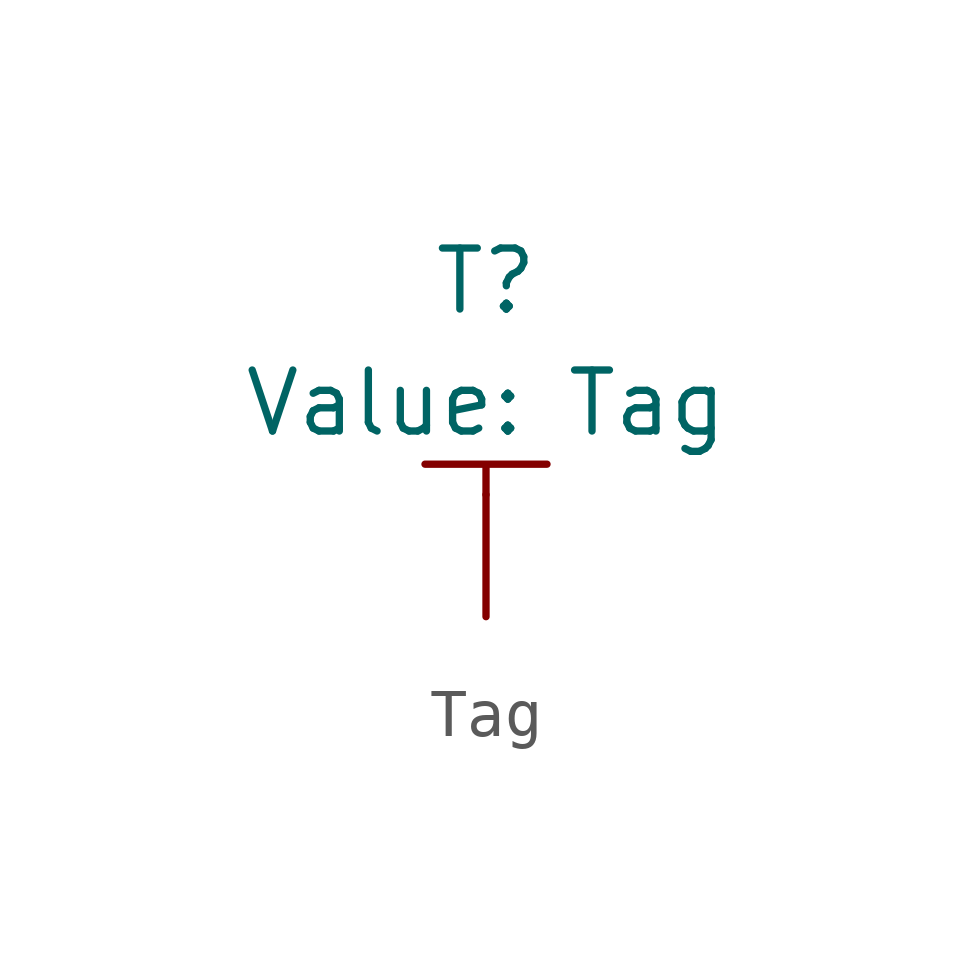
<source format=kicad_sym>
(kicad_symbol_lib
  (version 20220914)
  (generator kicad_symbol_editor)
  (symbol "Tag"
    (power)
    (pin_numbers hide)
    (pin_names
      (offset 0) hide)
    (property "Reference" "T"
      (at 0 6.985 0)
      (effects (font (size 1.27 1.27))))
    (property "Value" "Tag"
      (at 0 4.445 0)
      (show_name)
      (effects (font (size 1.27 1.27))))
    (symbol "Tag_0_1"
      (polyline (pts (xy 0 2.54) (xy 0 3.175) (xy -1.27 3.175) (xy 1.27 3.175)) (stroke (width 0) (type default)) (fill (type none))))
    (symbol "Tag_1_1"
      (pin input line (at 0 0 90) (length 2.54) (name "" (effects (font (size 1.27 1.27)))) (number "" (effects (font (size 1.27 1.27))))))))
</source>
